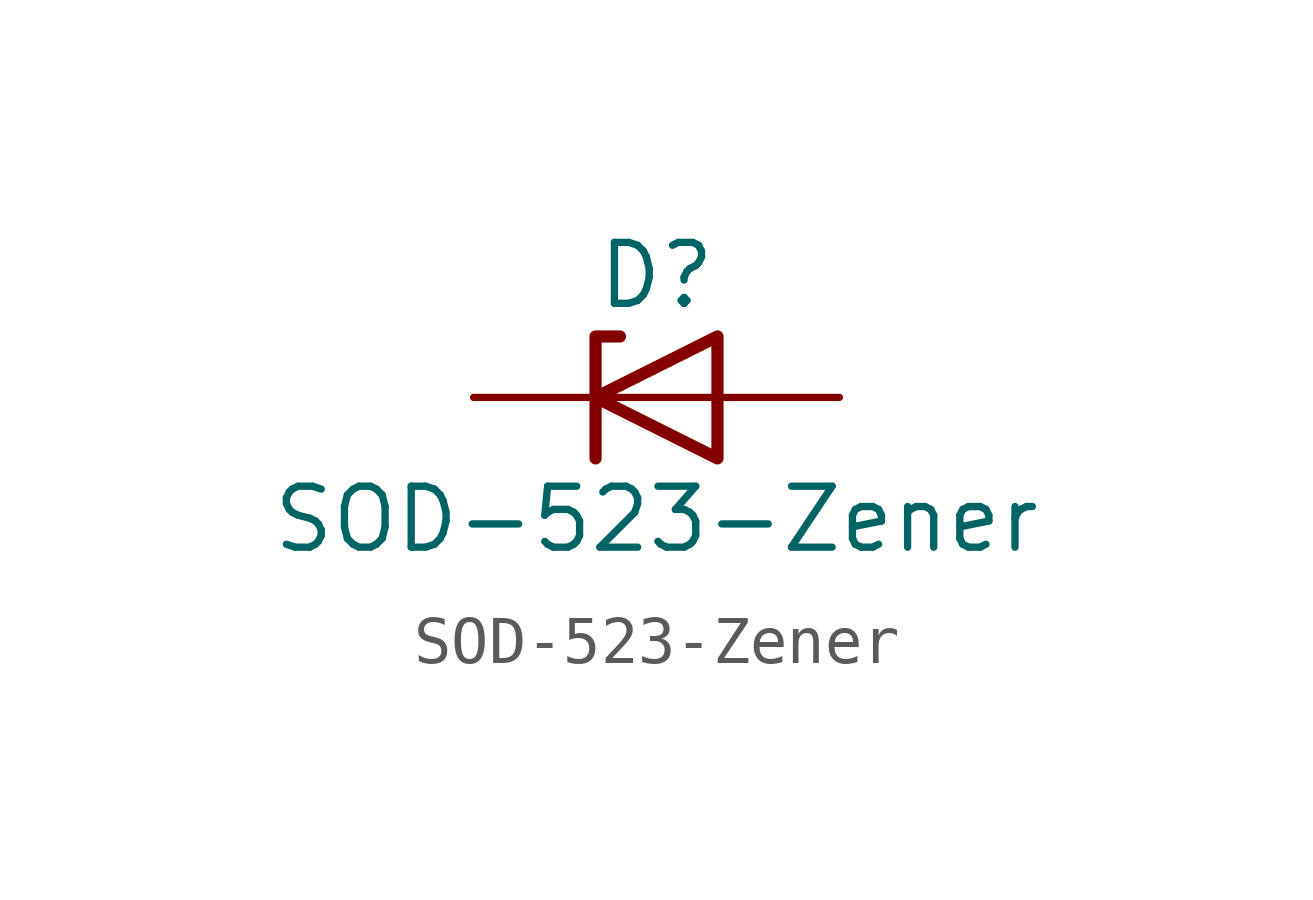
<source format=kicad_sym>
(kicad_symbol_lib
  (version 20211014)
  (generator kicad_symbol_editor)
  (symbol "SOD-523-Zener"
    (pin_numbers hide)
    (pin_names
      (offset 1.016) hide)
    (property "Reference" "D"
      (at 0 2.54 0)
      (effects (font (size 1.27 1.27))))
    (property "Value" "SOD-523-Zener"
      (at 0 -2.54 0)
      (effects (font (size 1.27 1.27))))
    (symbol "SOD-523-Zener_0_1"
      (polyline (pts (xy 1.27 0) (xy -1.27 0)) (stroke (width 0) (type default) (color 0 0 0 0)) (fill (type none)))
      (polyline (pts (xy -1.27 -1.27) (xy -1.27 1.27) (xy -0.762 1.27)) (stroke (width 0.254) (type default) (color 0 0 0 0)) (fill (type none)))
      (polyline (pts (xy 1.27 -1.27) (xy 1.27 1.27) (xy -1.27 0) (xy 1.27 -1.27)) (stroke (width 0.254) (type default) (color 0 0 0 0)) (fill (type none))))
    (symbol "SOD-523-Zener_1_1"
      (pin passive line (at -3.81 0 0) (length 2.54) (name "K" (effects (font (size 1.27 1.27)))) (number "1" (effects (font (size 1.27 1.27)))))
      (pin passive line (at 3.81 0 180) (length 2.54) (name "A" (effects (font (size 1.27 1.27)))) (number "2" (effects (font (size 1.27 1.27))))))))
</source>
